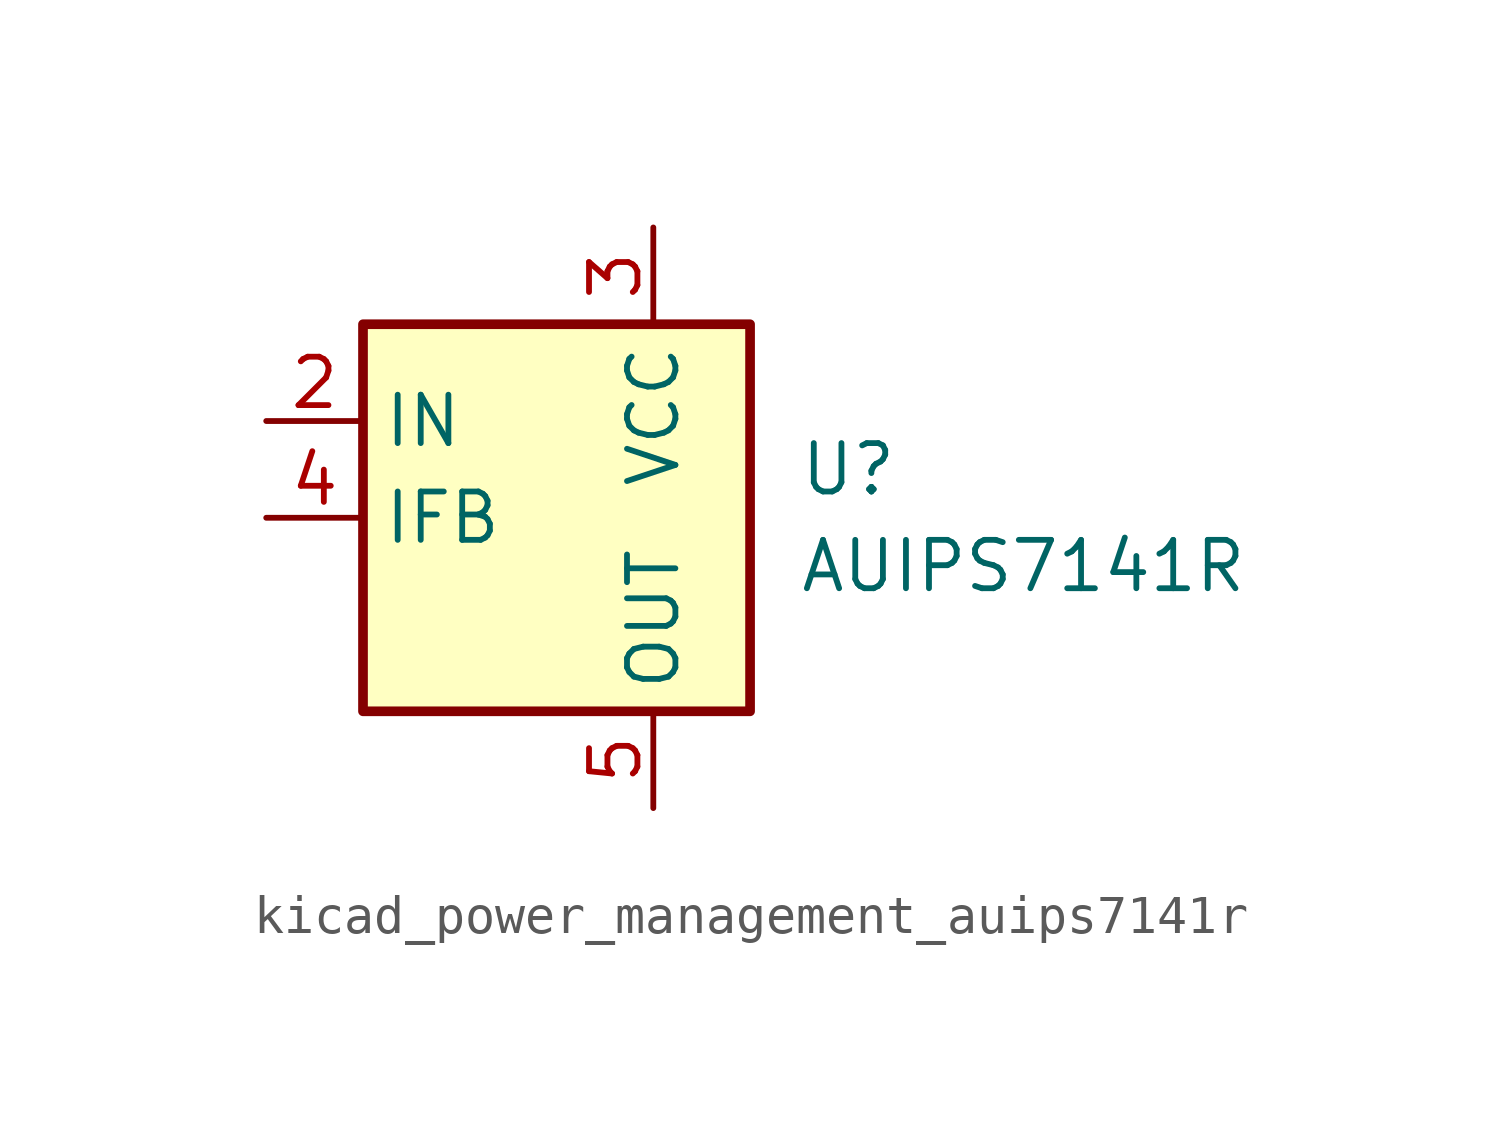
<source format=kicad_sym>
(kicad_symbol_lib
  (version 20220914)
  (generator kicad_symbol_editor)
  (symbol "kicad_power_management_auips7141r"
    (property "Reference" "U"
      (at 3.81 1.27 0)
      (effects (font (size 1.27 1.27)) (justify left)))
    (property "Value" "AUIPS7141R"
      (at 3.81 -1.27 0)
      (effects (font (size 1.27 1.27)) (justify left)))
    (symbol "kicad_power_management_auips7141r_0_1"
      (rectangle (start -7.62 5.08) (end 2.54 -5.08) (stroke (width 0.254) (type default)) (fill (type background))))
    (symbol "kicad_power_management_auips7141r_1_1"
      (pin no_connect line (at -7.62 -2.54 0) (length 2.54) hide (name "NC" (effects (font (size 1.27 1.27)))) (number "1" (effects (font (size 1.27 1.27)))))
      (pin input line (at -10.16 2.54 0) (length 2.54) (name "IN" (effects (font (size 1.27 1.27)))) (number "2" (effects (font (size 1.27 1.27)))))
      (pin power_in line (at 0 7.62 270) (length 2.54) (name "VCC" (effects (font (size 1.27 1.27)))) (number "3" (effects (font (size 1.27 1.27)))))
      (pin output line (at -10.16 0 0) (length 2.54) (name "IFB" (effects (font (size 1.27 1.27)))) (number "4" (effects (font (size 1.27 1.27)))))
      (pin power_out line (at 0 -7.62 90) (length 2.54) (name "OUT" (effects (font (size 1.27 1.27)))) (number "5" (effects (font (size 1.27 1.27))))))))
</source>
